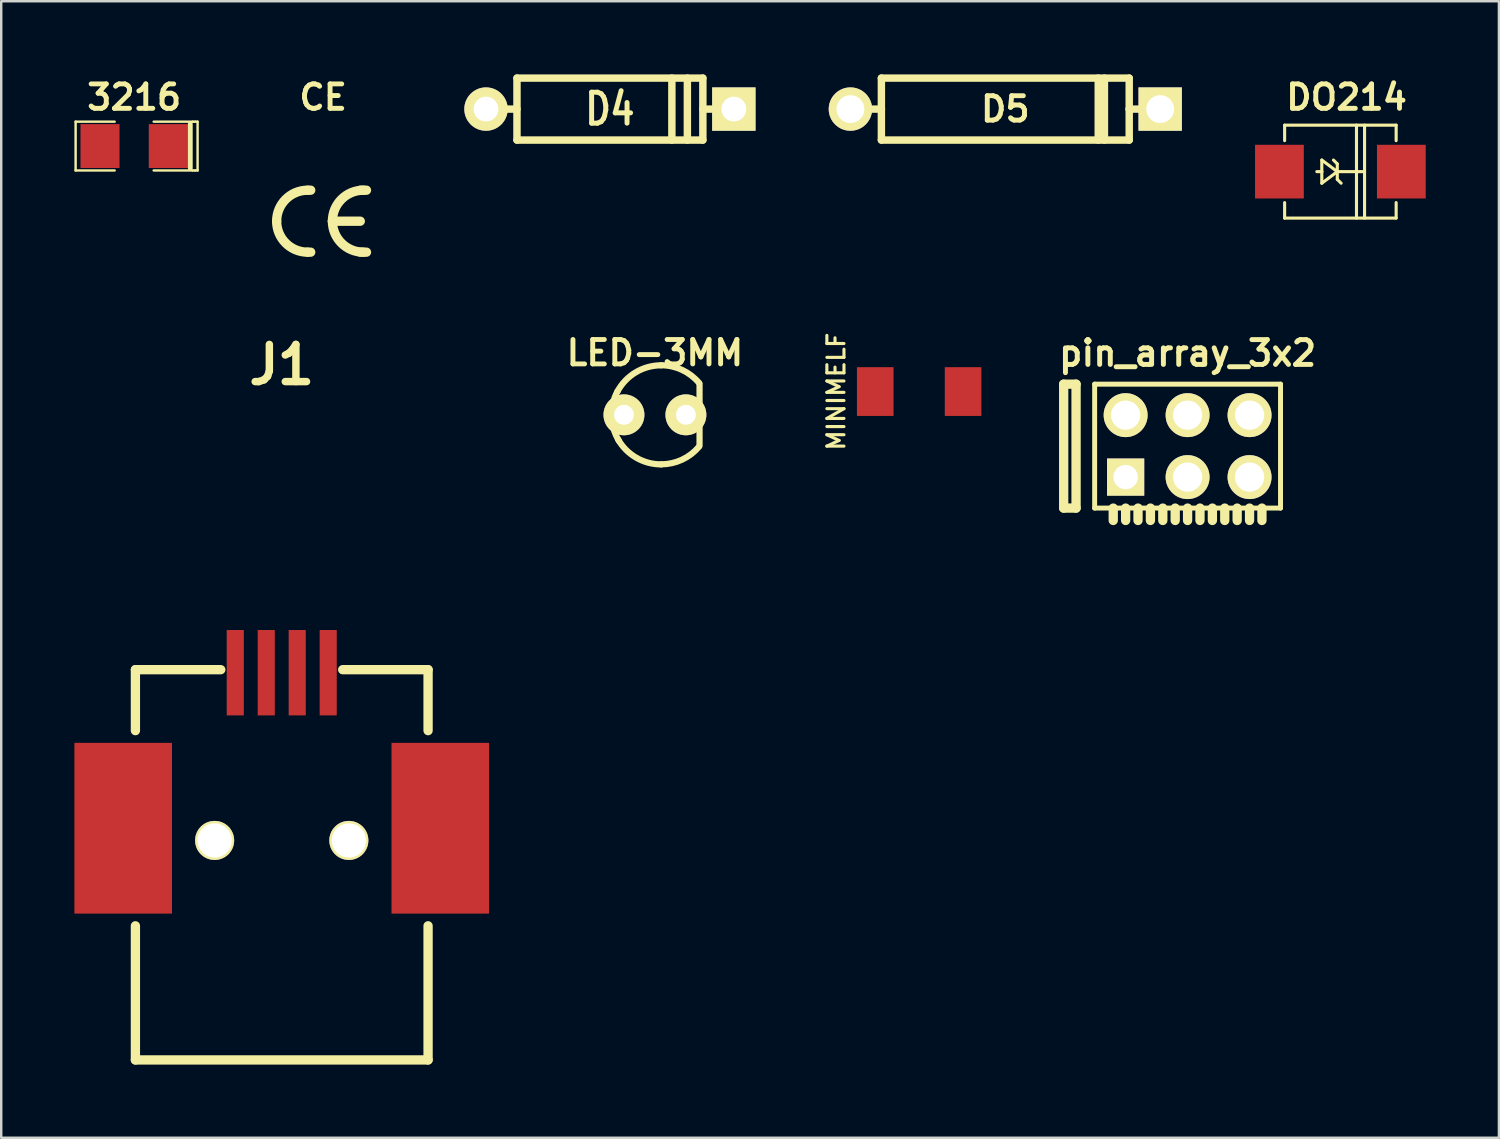
<source format=kicad_pcb>
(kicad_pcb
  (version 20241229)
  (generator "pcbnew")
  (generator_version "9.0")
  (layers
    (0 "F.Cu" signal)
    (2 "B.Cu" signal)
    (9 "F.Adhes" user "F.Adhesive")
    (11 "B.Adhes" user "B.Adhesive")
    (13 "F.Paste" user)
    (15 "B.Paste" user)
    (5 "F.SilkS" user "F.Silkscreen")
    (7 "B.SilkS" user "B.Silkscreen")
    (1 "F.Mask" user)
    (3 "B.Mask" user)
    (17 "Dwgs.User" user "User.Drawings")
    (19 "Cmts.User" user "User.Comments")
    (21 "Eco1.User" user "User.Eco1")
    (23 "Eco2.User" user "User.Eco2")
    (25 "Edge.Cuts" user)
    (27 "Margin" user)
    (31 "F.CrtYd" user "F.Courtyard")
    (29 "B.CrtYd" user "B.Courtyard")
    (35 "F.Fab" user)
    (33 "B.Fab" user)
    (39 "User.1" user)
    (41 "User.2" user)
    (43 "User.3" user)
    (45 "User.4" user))
  (footprint "DO214"
    (layer "F.Cu")
    (at 51.9 3.986)
    (property "Reference" "DO214" (at 0.254 -3.048 0) (layer "F.SilkS") (effects (font (size 1.001 1.001) (thickness 0.201))))
    (attr smd)
    (fp_line (start -2.286 -1.905) (end 2.286 -1.905) (stroke (width 0.127) (type solid)) (layer "F.SilkS"))
    (fp_line (start -2.286 -1.27) (end -2.286 -1.905) (stroke (width 0.127) (type solid)) (layer "F.SilkS"))
    (fp_line (start -2.286 1.27) (end -2.286 1.905) (stroke (width 0.127) (type solid)) (layer "F.SilkS"))
    (fp_line (start -2.286 1.905) (end 2.286 1.905) (stroke (width 0.127) (type solid)) (layer "F.SilkS"))
    (fp_line (start -0.762 -0.475) (end -0.762 0) (stroke (width 0.127) (type solid)) (layer "F.SilkS"))
    (fp_line (start -0.762 0) (end -0.965 0) (stroke (width 0.127) (type solid)) (layer "F.SilkS"))
    (fp_line (start -0.762 0) (end -0.762 0.475) (stroke (width 0.127) (type solid)) (layer "F.SilkS"))
    (fp_line (start -0.762 0.475) (end -0.127 0) (stroke (width 0.127) (type solid)) (layer "F.SilkS"))
    (fp_line (start -0.127 -0.318) (end -0.284 -0.475) (stroke (width 0.127) (type solid)) (layer "F.SilkS"))
    (fp_line (start -0.127 0) (end -0.762 -0.475) (stroke (width 0.127) (type solid)) (layer "F.SilkS"))
    (fp_line (start -0.127 0) (end -0.127 -0.318) (stroke (width 0.127) (type solid)) (layer "F.SilkS"))
    (fp_line (start -0.127 0) (end -0.127 0.318) (stroke (width 0.127) (type solid)) (layer "F.SilkS"))
    (fp_line (start -0.127 0) (end 0.983 0) (stroke (width 0.127) (type solid)) (layer "F.SilkS"))
    (fp_line (start -0.127 0.318) (end 0.03 0.475) (stroke (width 0.127) (type solid)) (layer "F.SilkS"))
    (fp_line (start 0.66 1.905) (end 0.66 -1.905) (stroke (width 0.127) (type solid)) (layer "F.SilkS"))
    (fp_line (start 0.991 1.905) (end 0.991 -1.905) (stroke (width 0.127) (type solid)) (layer "F.SilkS"))
    (fp_line (start 2.286 -1.905) (end 2.286 -1.27) (stroke (width 0.127) (type solid)) (layer "F.SilkS"))
    (fp_line (start 2.286 1.905) (end 2.286 1.27) (stroke (width 0.127) (type solid)) (layer "F.SilkS"))
    (pad "1" smd rect (at -2.499 0) (size 1.999 2.2) (layers "F.Cu" "F.Mask" "F.Paste"))
    (pad "2" smd rect (at 2.499 0) (size 1.999 2.2) (layers "F.Cu" "F.Mask" "F.Paste")))
  (footprint "J1"
    (layer "F.Cu")
    (at 8.5 31.404)
    (property "Reference" "J1" (at 0 -19.5 0) (layer "F.SilkS") (effects (font (size 1.524 1.524) (thickness 0.305))))
    (attr through_hole)
    (fp_line (start -5.999 -7) (end -2.499 -7) (stroke (width 0.381) (type solid)) (layer "F.SilkS"))
    (fp_line (start -5.999 -4.501) (end -5.999 -7) (stroke (width 0.381) (type solid)) (layer "F.SilkS"))
    (fp_line (start -5.999 8.999) (end -5.999 3.5) (stroke (width 0.381) (type solid)) (layer "F.SilkS"))
    (fp_line (start 2.499 -7) (end 5.999 -7) (stroke (width 0.381) (type solid)) (layer "F.SilkS"))
    (fp_line (start 5.999 -7) (end 5.999 -4.501) (stroke (width 0.381) (type solid)) (layer "F.SilkS"))
    (fp_line (start 5.999 8.999) (end -5.999 8.999) (stroke (width 0.381) (type solid)) (layer "F.SilkS"))
    (fp_line (start 5.999 8.999) (end 5.999 3.5) (stroke (width 0.381) (type solid)) (layer "F.SilkS"))
    (pad "" thru_hole circle (at -2.751 0) (size 1.6 1.6) (drill 1.4) (layers "*.Cu" "*.Mask" "F.SilkS"))
    (pad "" thru_hole circle (at 2.751 0) (size 1.6 1.6) (drill 1.4) (layers "*.Cu" "*.Mask" "F.SilkS"))
    (pad "1" smd rect (at 1.905 -6.876) (size 0.701 3.5) (layers "F.Cu" "F.Mask" "F.Paste"))
    (pad "2" smd rect (at -0.635 -6.876) (size 0.701 3.5) (layers "F.Cu" "F.Mask" "F.Paste"))
    (pad "3" smd rect (at -1.905 -6.876) (size 0.701 3.5) (layers "F.Cu" "F.Mask" "F.Paste"))
    (pad "4" smd rect (at 0.635 -6.876) (size 0.701 3.5) (layers "F.Cu" "F.Mask" "F.Paste"))
    (pad "5" smd rect (at 6.5 -0.5) (size 4 7) (layers "F.Cu" "F.Mask" "F.Paste"))
    (pad "6" smd rect (at -6.5 -0.5) (size 4 7) (layers "F.Cu" "F.Mask" "F.Paste")))
  (footprint "CE"
    (layer "F.Cu")
    (at 12.736 2.208)
    (property "Reference" "CE" (at -2.54 -1.27 0) (layer "F.SilkS") (effects (font (size 1.001 1.001) (thickness 0.201))))
    (attr through_hole)
    (fp_line (start -3.175 2.54) (end -3.048 2.54) (stroke (width 0.381) (type solid)) (layer "F.SilkS"))
    (fp_line (start -3.175 5.08) (end -3.048 5.08) (stroke (width 0.381) (type solid)) (layer "F.SilkS"))
    (fp_line (start -2.159 3.81) (end -1.016 3.81) (stroke (width 0.381) (type solid)) (layer "F.SilkS"))
    (fp_line (start -1.016 2.54) (end -0.762 2.54) (stroke (width 0.381) (type solid)) (layer "F.SilkS"))
    (fp_line (start -1.016 5.08) (end -0.762 5.08) (stroke (width 0.381) (type solid)) (layer "F.SilkS"))
    (fp_arc (start -4.445 3.81) (mid -4.073026 2.911974) (end -3.175 2.54) (stroke (width 0.381) (type solid)) (layer "F.SilkS"))
    (fp_arc (start -3.175 5.08) (mid -4.073026 4.708026) (end -4.445 3.81) (stroke (width 0.381) (type solid)) (layer "F.SilkS"))
    (fp_arc (start -2.159 3.81) (mid -1.787026 2.911974) (end -0.889 2.54) (stroke (width 0.381) (type solid)) (layer "F.SilkS"))
    (fp_arc (start -0.889 5.08) (mid -1.787026 4.708026) (end -2.159 3.81) (stroke (width 0.381) (type solid)) (layer "F.SilkS")))
  (footprint "LED-3MM"
    (layer "F.Cu")
    (at 23.799 13.956)
    (property "Reference" "LED-3MM" (at 0 -2.54 0) (layer "F.SilkS") (effects (font (size 1.001 1.001) (thickness 0.201))))
    (attr exclude_from_pos_files exclude_from_bom)
    (fp_line (start 1.829 1.27) (end 1.829 -1.27) (stroke (width 0.254) (type solid)) (layer "F.SilkS"))
    (fp_arc (start -1.778 0) (mid -1.716347 -0.496745) (end -1.53513 -0.963347) (stroke (width 0.254) (type solid)) (layer "F.SilkS"))
    (fp_arc (start -1.5367 -0.95504) (mid -0.790567 -1.739997) (end 0.253025 -2.02946) (stroke (width 0.254) (type solid)) (layer "F.SilkS"))
    (fp_arc (start -1.47574 1.06426) (mid -1.700164 0.553076) (end -1.776923 0.0001) (stroke (width 0.254) (type solid)) (layer "F.SilkS"))
    (fp_arc (start 0.254 -2.032) (mid 1.114367 -1.840867) (end 1.81288 -1.303426) (stroke (width 0.254) (type solid)) (layer "F.SilkS"))
    (fp_arc (start 0.254 2.032) (mid -0.76507 1.757988) (end -1.509299 1.009851) (stroke (width 0.254) (type solid)) (layer "F.SilkS"))
    (fp_arc (start 1.8034 1.31064) (mid 1.109154 1.840416) (end 0.256552 2.029387) (stroke (width 0.254) (type solid)) (layer "F.SilkS"))
    (pad "1" thru_hole circle (at -1.27 0) (size 1.676 1.676) (drill 0.813) (layers "*.Cu" "*.Mask" "F.SilkS"))
    (pad "2" thru_hole circle (at 1.27 0) (size 1.676 1.676) (drill 0.813) (layers "*.Cu" "*.Mask" "F.SilkS")))
  (footprint "MINIMELF"
    (layer "F.Cu")
    (at 34.632 13.002)
    (property "Reference" "MINIMELF" (at -3.401 0 90) (layer "F.SilkS") (effects (font (size 0.701 0.701) (thickness 0.127))))
    (attr through_hole)
    (pad "1" smd rect (at -1.801 0) (size 1.501 1.999) (layers "F.Cu" "F.Mask" "F.Paste"))
    (pad "2" smd rect (at 1.801 0) (size 1.501 1.999) (layers "F.Cu" "F.Mask" "F.Paste")))
  (footprint "D5"
    (layer "F.Cu")
    (at 38.163 1.422)
    (property "Reference" "D5" (at 0 0 0) (layer "F.SilkS") (effects (font (size 1.001 1.001) (thickness 0.201))))
    (attr through_hole)
    (fp_line (start -5.08 -1.27) (end -5.08 0) (stroke (width 0.305) (type solid)) (layer "F.SilkS"))
    (fp_line (start -5.08 0) (end -6.35 0) (stroke (width 0.305) (type solid)) (layer "F.SilkS"))
    (fp_line (start -5.08 0) (end -5.08 1.27) (stroke (width 0.305) (type solid)) (layer "F.SilkS"))
    (fp_line (start -5.08 1.27) (end 5.08 1.27) (stroke (width 0.305) (type solid)) (layer "F.SilkS"))
    (fp_line (start 3.81 -1.27) (end 3.81 1.27) (stroke (width 0.305) (type solid)) (layer "F.SilkS"))
    (fp_line (start 4.064 -1.27) (end 4.064 1.27) (stroke (width 0.305) (type solid)) (layer "F.SilkS"))
    (fp_line (start 5.08 -1.27) (end -5.08 -1.27) (stroke (width 0.305) (type solid)) (layer "F.SilkS"))
    (fp_line (start 5.08 0) (end 5.08 -1.27) (stroke (width 0.305) (type solid)) (layer "F.SilkS"))
    (fp_line (start 5.08 1.27) (end 5.08 0) (stroke (width 0.305) (type solid)) (layer "F.SilkS"))
    (fp_line (start 6.35 0) (end 5.08 0) (stroke (width 0.305) (type solid)) (layer "F.SilkS"))
    (pad "1" thru_hole circle (at -6.35 0) (size 1.778 1.778) (drill 1.143) (layers "*.Cu" "*.Mask" "F.SilkS"))
    (pad "2" thru_hole rect (at 6.35 0) (size 1.778 1.778) (drill 1.143) (layers "*.Cu" "*.Mask" "F.SilkS")))
  (footprint "pin_array_3x2"
    (layer "F.Cu")
    (at 45.636 15.239)
    (property "Reference" "pin_array_3x2" (at 0 -3.81 0) (layer "F.SilkS") (effects (font (size 1.016 1.016) (thickness 0.203))))
    (attr through_hole)
    (fp_line (start -5.08 -2.54) (end -4.572 -2.54) (stroke (width 0.381) (type solid)) (layer "F.SilkS"))
    (fp_line (start -5.08 2.54) (end -5.08 -2.54) (stroke (width 0.381) (type solid)) (layer "F.SilkS"))
    (fp_line (start -4.572 -2.54) (end -4.572 2.54) (stroke (width 0.381) (type solid)) (layer "F.SilkS"))
    (fp_line (start -4.572 2.54) (end -5.08 2.54) (stroke (width 0.381) (type solid)) (layer "F.SilkS"))
    (fp_line (start -3.81 -2.54) (end 3.81 -2.54) (stroke (width 0.203) (type solid)) (layer "F.SilkS"))
    (fp_line (start -3.81 2.54) (end -3.81 -2.54) (stroke (width 0.203) (type solid)) (layer "F.SilkS"))
    (fp_line (start -3.048 2.54) (end -3.048 3.048) (stroke (width 0.381) (type solid)) (layer "F.SilkS"))
    (fp_line (start -2.54 2.54) (end -2.54 3.048) (stroke (width 0.381) (type solid)) (layer "F.SilkS"))
    (fp_line (start -2.032 2.54) (end -2.032 3.048) (stroke (width 0.381) (type solid)) (layer "F.SilkS"))
    (fp_line (start -1.524 2.54) (end -1.524 3.048) (stroke (width 0.381) (type solid)) (layer "F.SilkS"))
    (fp_line (start -1.016 2.54) (end -1.016 3.048) (stroke (width 0.381) (type solid)) (layer "F.SilkS"))
    (fp_line (start -0.508 2.54) (end -0.508 3.048) (stroke (width 0.381) (type solid)) (layer "F.SilkS"))
    (fp_line (start 0 2.54) (end 0 3.048) (stroke (width 0.381) (type solid)) (layer "F.SilkS"))
    (fp_line (start 0.508 2.54) (end 0.508 3.048) (stroke (width 0.381) (type solid)) (layer "F.SilkS"))
    (fp_line (start 1.016 2.54) (end 1.016 3.048) (stroke (width 0.381) (type solid)) (layer "F.SilkS"))
    (fp_line (start 1.524 2.54) (end 1.524 3.048) (stroke (width 0.381) (type solid)) (layer "F.SilkS"))
    (fp_line (start 2.032 2.54) (end 2.032 3.048) (stroke (width 0.381) (type solid)) (layer "F.SilkS"))
    (fp_line (start 2.54 2.54) (end 2.54 3.048) (stroke (width 0.381) (type solid)) (layer "F.SilkS"))
    (fp_line (start 3.048 2.54) (end 3.048 3.048) (stroke (width 0.381) (type solid)) (layer "F.SilkS"))
    (fp_line (start 3.81 -2.54) (end 3.81 2.54) (stroke (width 0.203) (type solid)) (layer "F.SilkS"))
    (fp_line (start 3.81 2.54) (end -3.81 2.54) (stroke (width 0.203) (type solid)) (layer "F.SilkS"))
    (pad "1" thru_hole rect (at -2.54 1.27) (size 1.524 1.524) (drill 1.001) (layers "*.Cu" "*.Mask" "F.SilkS"))
    (pad "2" thru_hole circle (at -2.54 -1.27) (size 1.801 1.801) (drill 1.199) (layers "*.Cu" "*.Mask" "F.SilkS"))
    (pad "3" thru_hole circle (at 0 1.27) (size 1.801 1.801) (drill 1.199) (layers "*.Cu" "*.Mask" "F.SilkS"))
    (pad "4" thru_hole circle (at 0 -1.27) (size 1.801 1.801) (drill 1.199) (layers "*.Cu" "*.Mask" "F.SilkS"))
    (pad "5" thru_hole circle (at 2.54 1.27) (size 1.801 1.801) (drill 1.199) (layers "*.Cu" "*.Mask" "F.SilkS"))
    (pad "6" thru_hole oval (at 2.54 -1.27) (size 1.801 1.801) (drill 1.199) (layers "*.Cu" "*.Mask" "F.SilkS")))
  (footprint "3216"
    (layer "F.Cu")
    (at 2.45 2.938)
    (property "Reference" "3216" (at 0 -2 0) (layer "F.SilkS") (effects (font (size 1.001 1.001) (thickness 0.201))))
    (attr smd)
    (fp_line (start -2.4 -1) (end -0.8 -1) (stroke (width 0.1) (type solid)) (layer "F.SilkS"))
    (fp_line (start -2.4 1) (end -2.4 -1) (stroke (width 0.1) (type solid)) (layer "F.SilkS"))
    (fp_line (start -0.8 1) (end -2.4 1) (stroke (width 0.1) (type solid)) (layer "F.SilkS"))
    (fp_line (start 0.8 -1) (end 2.4 -1) (stroke (width 0.1) (type solid)) (layer "F.SilkS"))
    (fp_line (start 2.3 -0.9) (end 2.3 0.9) (stroke (width 0.2) (type solid)) (layer "F.SilkS"))
    (fp_line (start 2.4 -1) (end 2.5 -1) (stroke (width 0.1) (type solid)) (layer "F.SilkS"))
    (fp_line (start 2.4 1) (end 0.8 1) (stroke (width 0.1) (type solid)) (layer "F.SilkS"))
    (fp_line (start 2.5 -1) (end 2.6 -1) (stroke (width 0.1) (type solid)) (layer "F.SilkS"))
    (fp_line (start 2.5 1) (end 2.4 1) (stroke (width 0.1) (type solid)) (layer "F.SilkS"))
    (fp_line (start 2.6 -1) (end 2.6 1) (stroke (width 0.1) (type solid)) (layer "F.SilkS"))
    (fp_line (start 2.6 1) (end 2.5 1) (stroke (width 0.1) (type solid)) (layer "F.SilkS"))
    (pad "1" smd rect (at -1.4 0) (size 1.6 1.8) (layers "F.Cu" "F.Mask" "F.Paste"))
    (pad "2" smd rect (at 1.4 0) (size 1.6 1.8) (layers "F.Cu" "F.Mask" "F.Paste")))
  (footprint "D4"
    (layer "F.Cu")
    (at 21.954 1.422)
    (property "Reference" "D4" (at 0 0 0) (layer "F.SilkS") (effects (font (size 1.27 1.016) (thickness 0.203))))
    (attr through_hole)
    (fp_line (start -3.81 -1.27) (end 3.81 -1.27) (stroke (width 0.305) (type solid)) (layer "F.SilkS"))
    (fp_line (start -3.81 0) (end -5.08 0) (stroke (width 0.305) (type solid)) (layer "F.SilkS"))
    (fp_line (start -3.81 1.27) (end -3.81 -1.27) (stroke (width 0.305) (type solid)) (layer "F.SilkS"))
    (fp_line (start 2.54 1.27) (end 2.54 -1.27) (stroke (width 0.305) (type solid)) (layer "F.SilkS"))
    (fp_line (start 3.175 -1.27) (end 3.175 1.27) (stroke (width 0.305) (type solid)) (layer "F.SilkS"))
    (fp_line (start 3.81 -1.27) (end 3.81 1.27) (stroke (width 0.305) (type solid)) (layer "F.SilkS"))
    (fp_line (start 3.81 0) (end 5.08 0) (stroke (width 0.305) (type solid)) (layer "F.SilkS"))
    (fp_line (start 3.81 1.27) (end -3.81 1.27) (stroke (width 0.305) (type solid)) (layer "F.SilkS"))
    (pad "1" thru_hole circle (at -5.08 0) (size 1.778 1.778) (drill 1.016) (layers "*.Cu" "*.Mask" "F.SilkS"))
    (pad "2" thru_hole rect (at 5.08 0) (size 1.778 1.778) (drill 1.016) (layers "*.Cu" "*.Mask" "F.SilkS")))
  (gr_rect
    (start -3 -3)
    (end 58.399 43.594)
    (stroke (width 0.1) (type default))
    (fill no)
    (layer "Edge.Cuts")))
</source>
